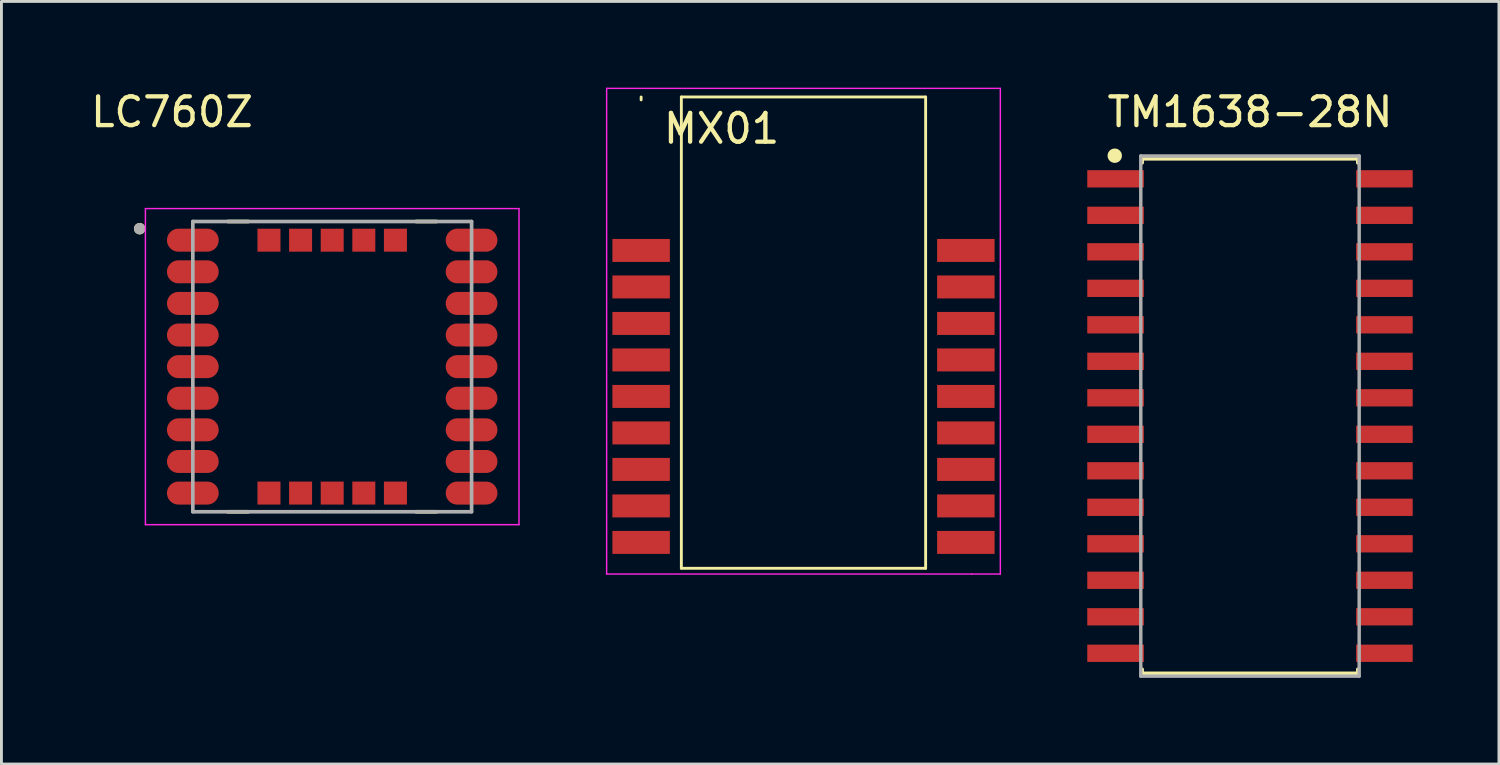
<source format=kicad_pcb>
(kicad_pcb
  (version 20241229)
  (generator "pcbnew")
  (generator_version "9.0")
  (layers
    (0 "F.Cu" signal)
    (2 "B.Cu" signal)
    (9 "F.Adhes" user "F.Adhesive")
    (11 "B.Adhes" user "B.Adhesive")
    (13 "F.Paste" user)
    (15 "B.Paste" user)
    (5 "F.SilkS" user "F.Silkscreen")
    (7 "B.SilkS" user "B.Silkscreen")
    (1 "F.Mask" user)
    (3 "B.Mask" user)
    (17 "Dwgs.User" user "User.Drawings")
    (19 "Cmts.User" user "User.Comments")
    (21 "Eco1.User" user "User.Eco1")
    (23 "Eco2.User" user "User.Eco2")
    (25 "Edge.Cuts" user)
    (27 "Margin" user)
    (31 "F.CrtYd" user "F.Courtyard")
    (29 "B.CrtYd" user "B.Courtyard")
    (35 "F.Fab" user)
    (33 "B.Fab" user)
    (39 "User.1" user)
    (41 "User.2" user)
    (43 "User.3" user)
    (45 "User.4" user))
  (footprint "MX01"
    (layer "F.Cu")
    (at 24.91 10.745)
    (property "Reference" "MX01" (at -2.85 -9.32 0) (layer "F.SilkS") (effects (font (size 1 1) (thickness 0.15))))
    (attr smd)
    (fp_line (start -5.65 -10.42) (end -5.65 -10.32) (stroke (width 0.1) (type default)) (layer "F.SilkS"))
    (fp_line (start -4.25 5.98) (end -4.25 -10.42) (stroke (width 0.1) (type default)) (layer "F.SilkS"))
    (fp_line (start 4.25 -10.42) (end -4.25 -10.42) (stroke (width 0.1) (type default)) (layer "F.SilkS"))
    (fp_line (start 4.25 5.98) (end -4.25 5.98) (stroke (width 0.1) (type default)) (layer "F.SilkS"))
    (fp_line (start 4.25 5.98) (end 4.25 -10.42) (stroke (width 0.1) (type default)) (layer "F.SilkS"))
    (fp_line (start -6.85 -10.72) (end 6.85 -10.72) (stroke (width 0.05) (type default)) (layer "F.CrtYd"))
    (fp_line (start -6.85 6.18) (end -6.85 -10.72) (stroke (width 0.05) (type default)) (layer "F.CrtYd"))
    (fp_line (start 5.85 6.18) (end -6.85 6.18) (stroke (width 0.05) (type default)) (layer "F.CrtYd"))
    (fp_line (start 6.85 -10.72) (end 6.85 -4.42) (stroke (width 0.05) (type default)) (layer "F.CrtYd"))
    (fp_line (start 6.85 -4.42) (end 6.85 6.18) (stroke (width 0.05) (type default)) (layer "F.CrtYd"))
    (fp_line (start 6.85 6.18) (end 5.85 6.18) (stroke (width 0.05) (type default)) (layer "F.CrtYd"))
    (pad "1" smd rect (at -5.65 -5.08 270) (size 0.8 2) (layers "F.Cu" "F.Mask" "F.Paste"))
    (pad "2" smd rect (at -5.65 -3.81 270) (size 0.8 2) (layers "F.Cu" "F.Mask" "F.Paste"))
    (pad "3" smd rect (at -5.65 -2.54 270) (size 0.8 2) (layers "F.Cu" "F.Mask" "F.Paste"))
    (pad "4" smd rect (at -5.65 -1.27 270) (size 0.8 2) (layers "F.Cu" "F.Mask" "F.Paste"))
    (pad "5" smd rect (at -5.65 0 270) (size 0.8 2) (layers "F.Cu" "F.Mask" "F.Paste"))
    (pad "6" smd rect (at -5.65 1.27 270) (size 0.8 2) (layers "F.Cu" "F.Mask" "F.Paste"))
    (pad "7" smd rect (at -5.65 2.54 270) (size 0.8 2) (layers "F.Cu" "F.Mask" "F.Paste"))
    (pad "8" smd rect (at -5.65 3.81 270) (size 0.8 2) (layers "F.Cu" "F.Mask" "F.Paste"))
    (pad "9" smd rect (at -5.65 5.08 270) (size 0.8 2) (layers "F.Cu" "F.Mask" "F.Paste"))
    (pad "10" smd rect (at 5.65 5.08 270) (size 0.8 2) (layers "F.Cu" "F.Mask" "F.Paste"))
    (pad "11" smd rect (at 5.65 3.81 270) (size 0.8 2) (layers "F.Cu" "F.Mask" "F.Paste"))
    (pad "12" smd rect (at 5.65 2.54 270) (size 0.8 2) (layers "F.Cu" "F.Mask" "F.Paste"))
    (pad "13" smd rect (at 5.65 1.27 270) (size 0.8 2) (layers "F.Cu" "F.Mask" "F.Paste"))
    (pad "14" smd rect (at 5.65 0 270) (size 0.8 2) (layers "F.Cu" "F.Mask" "F.Paste"))
    (pad "15" smd rect (at 5.65 -1.27 270) (size 0.8 2) (layers "F.Cu" "F.Mask" "F.Paste"))
    (pad "16" smd rect (at 5.65 -2.54 270) (size 0.8 2) (layers "F.Cu" "F.Mask" "F.Paste"))
    (pad "17" smd rect (at 5.65 -3.81 270) (size 0.8 2) (layers "F.Cu" "F.Mask" "F.Paste"))
    (pad "18" smd rect (at 5.65 -5.08 270) (size 0.8 2) (layers "F.Cu" "F.Mask" "F.Paste")))
  (footprint "LC760Z"
    (layer "F.Cu")
    (at 8.51 9.708)
    (property "Reference" "LC760Z" (at -5.575 -8.86 0) (layer "F.SilkS") (effects (font (size 1 1) (thickness 0.15))))
    (attr smd)
    (fp_line (start -2.92 -5.05) (end -3.63 -5.05) (stroke (width 0.127) (type solid)) (layer "F.SilkS"))
    (fp_line (start -2.92 5.05) (end -3.63 5.05) (stroke (width 0.127) (type solid)) (layer "F.SilkS"))
    (fp_line (start 2.92 -5.05) (end 3.63 -5.05) (stroke (width 0.127) (type solid)) (layer "F.SilkS"))
    (fp_line (start 3.63 5.05) (end 2.92 5.05) (stroke (width 0.127) (type solid)) (layer "F.SilkS"))
    (fp_circle (center -6.7 -4.8) (end -6.6 -4.8) (stroke (width 0.2) (type solid)) (fill no) (layer "F.SilkS"))
    (fp_line (start -6.5 -5.5) (end -6.5 5.5) (stroke (width 0.05) (type solid)) (layer "F.CrtYd"))
    (fp_line (start -6.5 5.5) (end 6.5 5.5) (stroke (width 0.05) (type solid)) (layer "F.CrtYd"))
    (fp_line (start 6.5 -5.5) (end -6.5 -5.5) (stroke (width 0.05) (type solid)) (layer "F.CrtYd"))
    (fp_line (start 6.5 5.5) (end 6.5 -5.5) (stroke (width 0.05) (type solid)) (layer "F.CrtYd"))
    (fp_line (start -4.85 -5.05) (end 4.85 -5.05) (stroke (width 0.127) (type solid)) (layer "F.Fab"))
    (fp_line (start -4.85 5.05) (end -4.85 -5.05) (stroke (width 0.127) (type solid)) (layer "F.Fab"))
    (fp_line (start 4.85 -5.05) (end 4.85 5.05) (stroke (width 0.127) (type solid)) (layer "F.Fab"))
    (fp_line (start 4.85 5.05) (end -4.85 5.05) (stroke (width 0.127) (type solid)) (layer "F.Fab"))
    (fp_circle (center -6.7 -4.8) (end -6.6 -4.8) (stroke (width 0.2) (type solid)) (fill no) (layer "F.Fab"))
    (pad "1" smd oval (at -4.85 -4.4) (size 1.8 0.8) (layers "F.Cu" "F.Mask" "F.Paste"))
    (pad "2" smd oval (at -4.85 -3.3) (size 1.8 0.8) (layers "F.Cu" "F.Mask" "F.Paste"))
    (pad "3" smd oval (at -4.85 -2.2) (size 1.8 0.8) (layers "F.Cu" "F.Mask" "F.Paste"))
    (pad "4" smd oval (at -4.85 -1.1) (size 1.8 0.8) (layers "F.Cu" "F.Mask" "F.Paste"))
    (pad "5" smd oval (at -4.85 0) (size 1.8 0.8) (layers "F.Cu" "F.Mask" "F.Paste"))
    (pad "6" smd oval (at -4.85 1.1) (size 1.8 0.8) (layers "F.Cu" "F.Mask" "F.Paste"))
    (pad "7" smd oval (at -4.85 2.2) (size 1.8 0.8) (layers "F.Cu" "F.Mask" "F.Paste"))
    (pad "8" smd oval (at -4.85 3.3) (size 1.8 0.8) (layers "F.Cu" "F.Mask" "F.Paste"))
    (pad "9" smd oval (at -4.85 4.4) (size 1.8 0.8) (layers "F.Cu" "F.Mask" "F.Paste"))
    (pad "10" smd oval (at 4.85 4.4) (size 1.8 0.8) (layers "F.Cu" "F.Mask" "F.Paste"))
    (pad "11" smd oval (at 4.85 3.3) (size 1.8 0.8) (layers "F.Cu" "F.Mask" "F.Paste"))
    (pad "12" smd oval (at 4.85 2.2) (size 1.8 0.8) (layers "F.Cu" "F.Mask" "F.Paste"))
    (pad "13" smd oval (at 4.85 1.1) (size 1.8 0.8) (layers "F.Cu" "F.Mask" "F.Paste"))
    (pad "14" smd oval (at 4.85 0) (size 1.8 0.8) (layers "F.Cu" "F.Mask" "F.Paste"))
    (pad "15" smd oval (at 4.85 -1.1) (size 1.8 0.8) (layers "F.Cu" "F.Mask" "F.Paste"))
    (pad "16" smd oval (at 4.85 -2.2) (size 1.8 0.8) (layers "F.Cu" "F.Mask" "F.Paste"))
    (pad "17" smd oval (at 4.85 -3.3) (size 1.8 0.8) (layers "F.Cu" "F.Mask" "F.Paste"))
    (pad "18" smd oval (at 4.85 -4.4) (size 1.8 0.8) (layers "F.Cu" "F.Mask" "F.Paste"))
    (pad "19" smd rect (at 2.2 -4.4) (size 0.8 0.8) (layers "F.Cu" "F.Mask" "F.Paste"))
    (pad "20" smd rect (at 1.1 -4.4) (size 0.8 0.8) (layers "F.Cu" "F.Mask" "F.Paste"))
    (pad "21" smd rect (at 0 -4.4) (size 0.8 0.8) (layers "F.Cu" "F.Mask" "F.Paste"))
    (pad "22" smd rect (at -1.1 -4.4) (size 0.8 0.8) (layers "F.Cu" "F.Mask" "F.Paste"))
    (pad "23" smd rect (at -2.2 -4.4) (size 0.8 0.8) (layers "F.Cu" "F.Mask" "F.Paste"))
    (pad "24" smd rect (at -2.2 4.4) (size 0.8 0.8) (layers "F.Cu" "F.Mask" "F.Paste"))
    (pad "25" smd rect (at -1.1 4.4) (size 0.8 0.8) (layers "F.Cu" "F.Mask" "F.Paste"))
    (pad "26" smd rect (at 0 4.4) (size 0.8 0.8) (layers "F.Cu" "F.Mask" "F.Paste"))
    (pad "27" smd rect (at 1.1 4.4) (size 0.8 0.8) (layers "F.Cu" "F.Mask" "F.Paste"))
    (pad "28" smd rect (at 2.2 4.4) (size 0.8 0.8) (layers "F.Cu" "F.Mask" "F.Paste")))
  (footprint "TM1638-28N"
    (layer "F.Cu")
    (at 40.447 11.428)
    (property "Reference" "TM1638-28N" (at 0 -10.58 0) (layer "F.SilkS") (effects (font (size 1 1) (thickness 0.15))))
    (attr smd)
    (fp_line (start -3.75 -8.95) (end 3.75 -8.95) (stroke (width 0.12) (type solid)) (layer "F.SilkS"))
    (fp_line (start -3.75 -8.81) (end -3.75 -8.95) (stroke (width 0.12) (type solid)) (layer "F.SilkS"))
    (fp_line (start -3.75 8.81) (end -3.75 8.95) (stroke (width 0.12) (type solid)) (layer "F.SilkS"))
    (fp_line (start -3.75 8.95) (end 3.75 8.95) (stroke (width 0.12) (type solid)) (layer "F.SilkS"))
    (fp_line (start 3.75 -8.95) (end 3.75 -8.81) (stroke (width 0.12) (type solid)) (layer "F.SilkS"))
    (fp_line (start 3.75 8.95) (end 3.75 8.81) (stroke (width 0.12) (type solid)) (layer "F.SilkS"))
    (fp_circle (center -4.706 -9.06) (end -4.456 -9.06) (stroke (width 0) (type solid)) (fill yes) (layer "F.SilkS"))
    (fp_line (start -3.8 -9.05) (end 3.8 -9.05) (stroke (width 0.12) (type solid)) (layer "F.Fab"))
    (fp_line (start -3.8 9.05) (end -3.8 -9.05) (stroke (width 0.12) (type solid)) (layer "F.Fab"))
    (fp_line (start 3.8 -9.05) (end 3.8 9.05) (stroke (width 0.12) (type solid)) (layer "F.Fab"))
    (fp_line (start 3.8 9.05) (end -3.8 9.05) (stroke (width 0.12) (type solid)) (layer "F.Fab"))
    (pad "1" smd rect (at -4.678 -8.255) (size 1.968 0.602) (layers "F.Cu" "F.Mask" "F.Paste"))
    (pad "2" smd rect (at -4.678 -6.985) (size 1.968 0.602) (layers "F.Cu" "F.Mask" "F.Paste"))
    (pad "3" smd rect (at -4.678 -5.715) (size 1.968 0.602) (layers "F.Cu" "F.Mask" "F.Paste"))
    (pad "4" smd rect (at -4.678 -4.445) (size 1.968 0.602) (layers "F.Cu" "F.Mask" "F.Paste"))
    (pad "5" smd rect (at -4.678 -3.175) (size 1.968 0.602) (layers "F.Cu" "F.Mask" "F.Paste"))
    (pad "6" smd rect (at -4.678 -1.905) (size 1.968 0.602) (layers "F.Cu" "F.Mask" "F.Paste"))
    (pad "7" smd rect (at -4.678 -0.635) (size 1.968 0.602) (layers "F.Cu" "F.Mask" "F.Paste"))
    (pad "8" smd rect (at -4.678 0.635) (size 1.968 0.602) (layers "F.Cu" "F.Mask" "F.Paste"))
    (pad "9" smd rect (at -4.678 1.905) (size 1.968 0.602) (layers "F.Cu" "F.Mask" "F.Paste"))
    (pad "10" smd rect (at -4.678 3.175) (size 1.968 0.602) (layers "F.Cu" "F.Mask" "F.Paste"))
    (pad "11" smd rect (at -4.678 4.445) (size 1.968 0.602) (layers "F.Cu" "F.Mask" "F.Paste"))
    (pad "12" smd rect (at -4.678 5.715) (size 1.968 0.602) (layers "F.Cu" "F.Mask" "F.Paste"))
    (pad "13" smd rect (at -4.678 6.985) (size 1.968 0.602) (layers "F.Cu" "F.Mask" "F.Paste"))
    (pad "14" smd rect (at -4.678 8.255) (size 1.968 0.602) (layers "F.Cu" "F.Mask" "F.Paste"))
    (pad "15" smd rect (at 4.678 8.255) (size 1.968 0.602) (layers "F.Cu" "F.Mask" "F.Paste"))
    (pad "16" smd rect (at 4.678 6.985) (size 1.968 0.602) (layers "F.Cu" "F.Mask" "F.Paste"))
    (pad "17" smd rect (at 4.678 5.715) (size 1.968 0.602) (layers "F.Cu" "F.Mask" "F.Paste"))
    (pad "18" smd rect (at 4.678 4.445) (size 1.968 0.602) (layers "F.Cu" "F.Mask" "F.Paste"))
    (pad "19" smd rect (at 4.678 3.175) (size 1.968 0.602) (layers "F.Cu" "F.Mask" "F.Paste"))
    (pad "20" smd rect (at 4.678 1.905) (size 1.968 0.602) (layers "F.Cu" "F.Mask" "F.Paste"))
    (pad "21" smd rect (at 4.678 0.635) (size 1.968 0.602) (layers "F.Cu" "F.Mask" "F.Paste"))
    (pad "22" smd rect (at 4.678 -0.635) (size 1.968 0.602) (layers "F.Cu" "F.Mask" "F.Paste"))
    (pad "23" smd rect (at 4.678 -1.905) (size 1.968 0.602) (layers "F.Cu" "F.Mask" "F.Paste"))
    (pad "24" smd rect (at 4.678 -3.175) (size 1.968 0.602) (layers "F.Cu" "F.Mask" "F.Paste"))
    (pad "25" smd rect (at 4.678 -4.445) (size 1.968 0.602) (layers "F.Cu" "F.Mask" "F.Paste"))
    (pad "26" smd rect (at 4.678 -5.715) (size 1.968 0.602) (layers "F.Cu" "F.Mask" "F.Paste"))
    (pad "27" smd rect (at 4.678 -6.985) (size 1.968 0.602) (layers "F.Cu" "F.Mask" "F.Paste"))
    (pad "28" smd rect (at 4.678 -8.255) (size 1.968 0.602) (layers "F.Cu" "F.Mask" "F.Paste")))
  (gr_rect
    (start -3 -3)
    (end 49.11 23.538)
    (stroke (width 0.1) (type default))
    (fill no)
    (layer "Edge.Cuts")))
</source>
